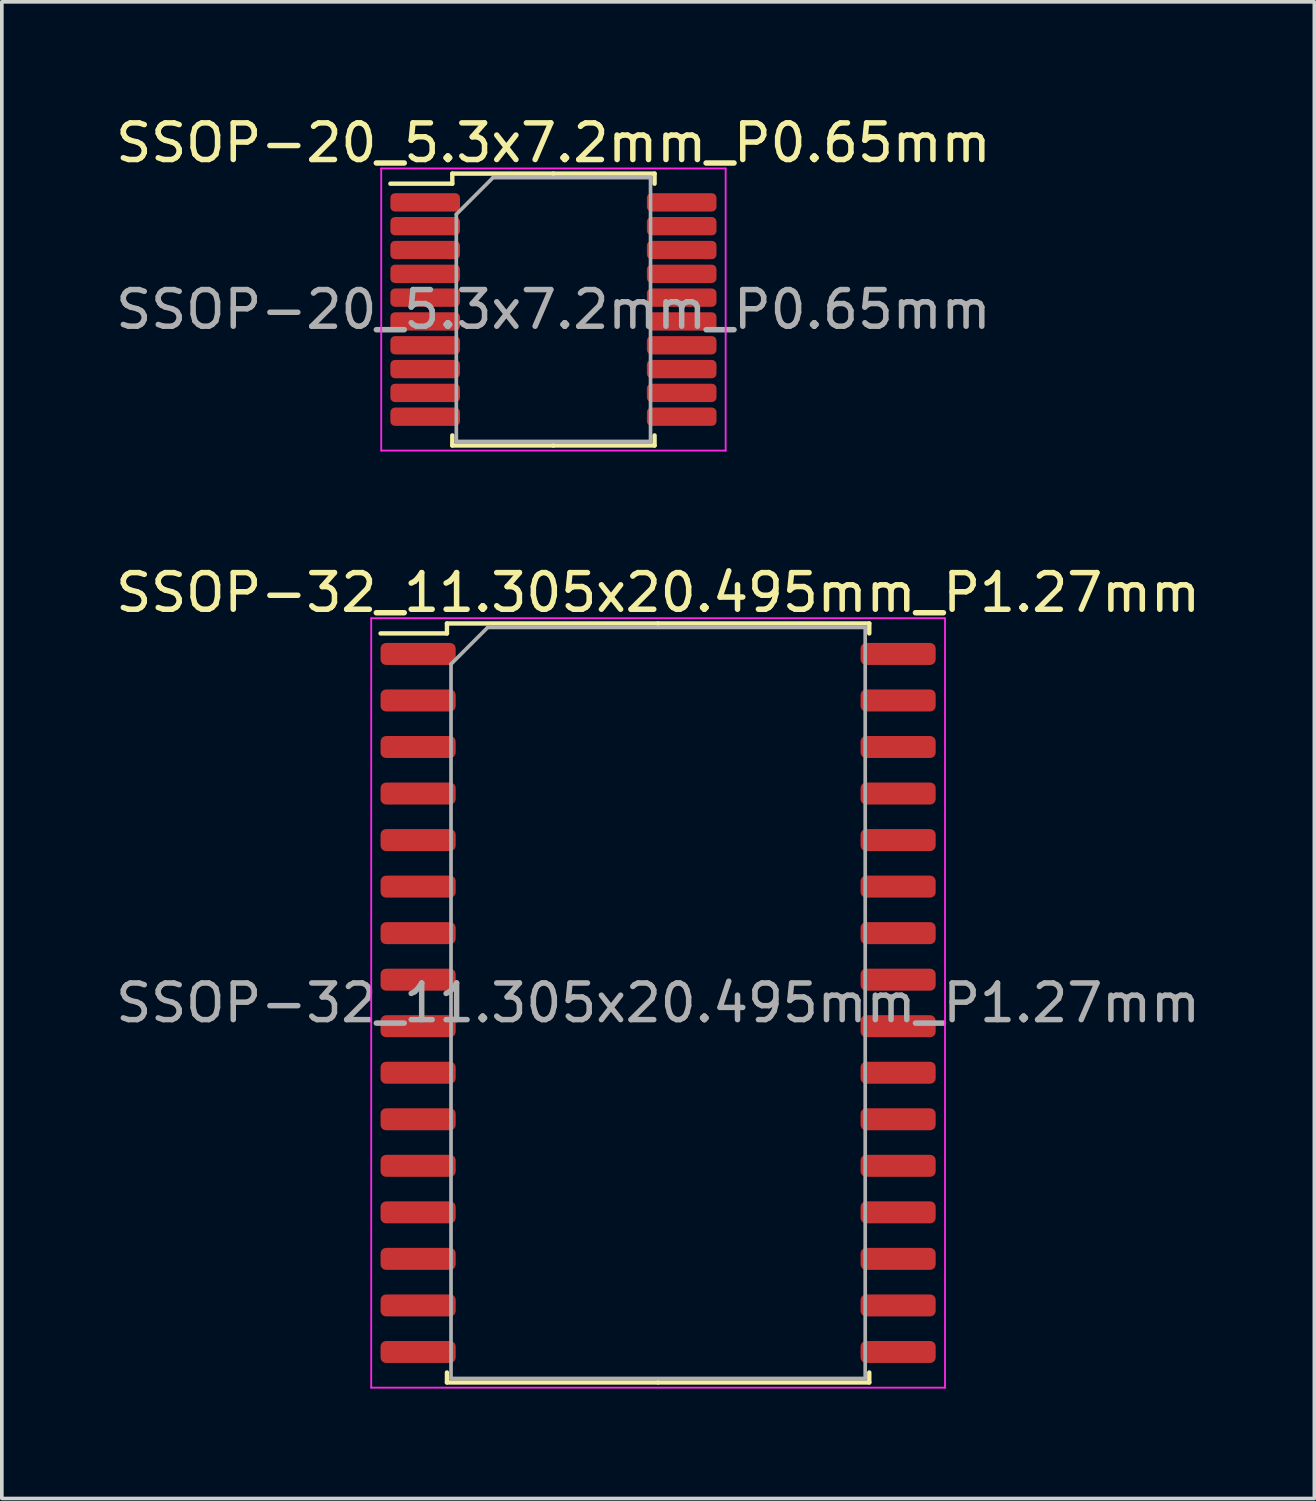
<source format=kicad_pcb>
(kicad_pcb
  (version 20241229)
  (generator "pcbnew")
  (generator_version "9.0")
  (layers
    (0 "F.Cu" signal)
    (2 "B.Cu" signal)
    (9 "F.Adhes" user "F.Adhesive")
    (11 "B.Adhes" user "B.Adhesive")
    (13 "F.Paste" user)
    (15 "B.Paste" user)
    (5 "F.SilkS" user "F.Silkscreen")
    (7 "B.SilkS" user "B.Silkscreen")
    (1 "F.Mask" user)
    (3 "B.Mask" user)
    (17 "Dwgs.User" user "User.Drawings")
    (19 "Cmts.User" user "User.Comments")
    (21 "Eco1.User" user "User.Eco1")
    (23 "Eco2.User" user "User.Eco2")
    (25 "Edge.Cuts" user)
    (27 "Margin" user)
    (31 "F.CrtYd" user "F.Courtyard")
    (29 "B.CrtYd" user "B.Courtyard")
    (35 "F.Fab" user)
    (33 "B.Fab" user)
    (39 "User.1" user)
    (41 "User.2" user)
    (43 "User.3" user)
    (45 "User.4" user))
  (footprint "SSOP-20_5.3x7.2mm_P0.65mm"
    (layer "F.Cu")
    (at 12.054 5.398)
    (property "Reference" "SSOP-20_5.3x7.2mm_P0.65mm" (at 0 -4.55 0) (layer "F.SilkS") (effects (font (size 1 1) (thickness 0.15))))
    (attr smd)
    (fp_line (start -2.76 -3.71) (end -2.76 -3.435) (stroke (width 0.12) (type solid)) (layer "F.SilkS"))
    (fp_line (start -2.76 -3.435) (end -4.45 -3.435) (stroke (width 0.12) (type solid)) (layer "F.SilkS"))
    (fp_line (start -2.76 3.71) (end -2.76 3.435) (stroke (width 0.12) (type solid)) (layer "F.SilkS"))
    (fp_line (start 0 -3.71) (end -2.76 -3.71) (stroke (width 0.12) (type solid)) (layer "F.SilkS"))
    (fp_line (start 0 -3.71) (end 2.76 -3.71) (stroke (width 0.12) (type solid)) (layer "F.SilkS"))
    (fp_line (start 0 3.71) (end -2.76 3.71) (stroke (width 0.12) (type solid)) (layer "F.SilkS"))
    (fp_line (start 0 3.71) (end 2.76 3.71) (stroke (width 0.12) (type solid)) (layer "F.SilkS"))
    (fp_line (start 2.76 -3.71) (end 2.76 -3.435) (stroke (width 0.12) (type solid)) (layer "F.SilkS"))
    (fp_line (start 2.76 3.71) (end 2.76 3.435) (stroke (width 0.12) (type solid)) (layer "F.SilkS"))
    (fp_line (start -4.7 -3.85) (end -4.7 3.85) (stroke (width 0.05) (type solid)) (layer "F.CrtYd"))
    (fp_line (start -4.7 3.85) (end 4.7 3.85) (stroke (width 0.05) (type solid)) (layer "F.CrtYd"))
    (fp_line (start 4.7 -3.85) (end -4.7 -3.85) (stroke (width 0.05) (type solid)) (layer "F.CrtYd"))
    (fp_line (start 4.7 3.85) (end 4.7 -3.85) (stroke (width 0.05) (type solid)) (layer "F.CrtYd"))
    (fp_line (start -2.65 -2.6) (end -1.65 -3.6) (stroke (width 0.1) (type solid)) (layer "F.Fab"))
    (fp_line (start -2.65 3.6) (end -2.65 -2.6) (stroke (width 0.1) (type solid)) (layer "F.Fab"))
    (fp_line (start -1.65 -3.6) (end 2.65 -3.6) (stroke (width 0.1) (type solid)) (layer "F.Fab"))
    (fp_line (start 2.65 -3.6) (end 2.65 3.6) (stroke (width 0.1) (type solid)) (layer "F.Fab"))
    (fp_line (start 2.65 3.6) (end -2.65 3.6) (stroke (width 0.1) (type solid)) (layer "F.Fab"))
    (fp_text user "${REFERENCE}" (at 0 0 0) (layer "F.Fab") (effects (font (size 1 1) (thickness 0.15))))
    (pad "1" smd roundrect (at -3.5 -2.925) (size 1.9 0.5) (layers "F.Cu" "F.Mask" "F.Paste") (roundrect_rratio 0.25))
    (pad "2" smd roundrect (at -3.5 -2.275) (size 1.9 0.5) (layers "F.Cu" "F.Mask" "F.Paste") (roundrect_rratio 0.25))
    (pad "3" smd roundrect (at -3.5 -1.625) (size 1.9 0.5) (layers "F.Cu" "F.Mask" "F.Paste") (roundrect_rratio 0.25))
    (pad "4" smd roundrect (at -3.5 -0.975) (size 1.9 0.5) (layers "F.Cu" "F.Mask" "F.Paste") (roundrect_rratio 0.25))
    (pad "5" smd roundrect (at -3.5 -0.325) (size 1.9 0.5) (layers "F.Cu" "F.Mask" "F.Paste") (roundrect_rratio 0.25))
    (pad "6" smd roundrect (at -3.5 0.325) (size 1.9 0.5) (layers "F.Cu" "F.Mask" "F.Paste") (roundrect_rratio 0.25))
    (pad "7" smd roundrect (at -3.5 0.975) (size 1.9 0.5) (layers "F.Cu" "F.Mask" "F.Paste") (roundrect_rratio 0.25))
    (pad "8" smd roundrect (at -3.5 1.625) (size 1.9 0.5) (layers "F.Cu" "F.Mask" "F.Paste") (roundrect_rratio 0.25))
    (pad "9" smd roundrect (at -3.5 2.275) (size 1.9 0.5) (layers "F.Cu" "F.Mask" "F.Paste") (roundrect_rratio 0.25))
    (pad "10" smd roundrect (at -3.5 2.925) (size 1.9 0.5) (layers "F.Cu" "F.Mask" "F.Paste") (roundrect_rratio 0.25))
    (pad "11" smd roundrect (at 3.5 2.925) (size 1.9 0.5) (layers "F.Cu" "F.Mask" "F.Paste") (roundrect_rratio 0.25))
    (pad "12" smd roundrect (at 3.5 2.275) (size 1.9 0.5) (layers "F.Cu" "F.Mask" "F.Paste") (roundrect_rratio 0.25))
    (pad "13" smd roundrect (at 3.5 1.625) (size 1.9 0.5) (layers "F.Cu" "F.Mask" "F.Paste") (roundrect_rratio 0.25))
    (pad "14" smd roundrect (at 3.5 0.975) (size 1.9 0.5) (layers "F.Cu" "F.Mask" "F.Paste") (roundrect_rratio 0.25))
    (pad "15" smd roundrect (at 3.5 0.325) (size 1.9 0.5) (layers "F.Cu" "F.Mask" "F.Paste") (roundrect_rratio 0.25))
    (pad "16" smd roundrect (at 3.5 -0.325) (size 1.9 0.5) (layers "F.Cu" "F.Mask" "F.Paste") (roundrect_rratio 0.25))
    (pad "17" smd roundrect (at 3.5 -0.975) (size 1.9 0.5) (layers "F.Cu" "F.Mask" "F.Paste") (roundrect_rratio 0.25))
    (pad "18" smd roundrect (at 3.5 -1.625) (size 1.9 0.5) (layers "F.Cu" "F.Mask" "F.Paste") (roundrect_rratio 0.25))
    (pad "19" smd roundrect (at 3.5 -2.275) (size 1.9 0.5) (layers "F.Cu" "F.Mask" "F.Paste") (roundrect_rratio 0.25))
    (pad "20" smd roundrect (at 3.5 -2.925) (size 1.9 0.5) (layers "F.Cu" "F.Mask" "F.Paste") (roundrect_rratio 0.25)))
  (footprint "SSOP-32_11.305x20.495mm_P1.27mm"
    (layer "F.Cu")
    (at 14.911 24.322)
    (property "Reference" "SSOP-32_11.305x20.495mm_P1.27mm" (at 0 -11.2 0) (layer "F.SilkS") (effects (font (size 1 1) (thickness 0.15))))
    (attr smd)
    (fp_line (start -5.763 -10.357) (end -5.763 -10.085) (stroke (width 0.12) (type solid)) (layer "F.SilkS"))
    (fp_line (start -5.763 -10.085) (end -7.575 -10.085) (stroke (width 0.12) (type solid)) (layer "F.SilkS"))
    (fp_line (start -5.763 10.357) (end -5.763 10.085) (stroke (width 0.12) (type solid)) (layer "F.SilkS"))
    (fp_line (start 0 -10.357) (end -5.763 -10.357) (stroke (width 0.12) (type solid)) (layer "F.SilkS"))
    (fp_line (start 0 -10.357) (end 5.763 -10.357) (stroke (width 0.12) (type solid)) (layer "F.SilkS"))
    (fp_line (start 0 10.357) (end -5.763 10.357) (stroke (width 0.12) (type solid)) (layer "F.SilkS"))
    (fp_line (start 0 10.357) (end 5.763 10.357) (stroke (width 0.12) (type solid)) (layer "F.SilkS"))
    (fp_line (start 5.763 -10.357) (end 5.763 -10.085) (stroke (width 0.12) (type solid)) (layer "F.SilkS"))
    (fp_line (start 5.763 10.357) (end 5.763 10.085) (stroke (width 0.12) (type solid)) (layer "F.SilkS"))
    (fp_line (start -7.83 -10.5) (end -7.83 10.5) (stroke (width 0.05) (type solid)) (layer "F.CrtYd"))
    (fp_line (start -7.83 10.5) (end 7.83 10.5) (stroke (width 0.05) (type solid)) (layer "F.CrtYd"))
    (fp_line (start 7.83 -10.5) (end -7.83 -10.5) (stroke (width 0.05) (type solid)) (layer "F.CrtYd"))
    (fp_line (start 7.83 10.5) (end 7.83 -10.5) (stroke (width 0.05) (type solid)) (layer "F.CrtYd"))
    (fp_line (start -5.652 -9.248) (end -4.652 -10.248) (stroke (width 0.1) (type solid)) (layer "F.Fab"))
    (fp_line (start -5.652 10.248) (end -5.652 -9.248) (stroke (width 0.1) (type solid)) (layer "F.Fab"))
    (fp_line (start -4.652 -10.248) (end 5.652 -10.248) (stroke (width 0.1) (type solid)) (layer "F.Fab"))
    (fp_line (start 5.652 -10.248) (end 5.652 10.248) (stroke (width 0.1) (type solid)) (layer "F.Fab"))
    (fp_line (start 5.652 10.248) (end -5.652 10.248) (stroke (width 0.1) (type solid)) (layer "F.Fab"))
    (fp_text user "${REFERENCE}" (at 0 0 0) (layer "F.Fab") (effects (font (size 1 1) (thickness 0.15))))
    (pad "1" smd roundrect (at -6.55 -9.525) (size 2.05 0.6) (layers "F.Cu" "F.Mask" "F.Paste") (roundrect_rratio 0.25))
    (pad "2" smd roundrect (at -6.55 -8.255) (size 2.05 0.6) (layers "F.Cu" "F.Mask" "F.Paste") (roundrect_rratio 0.25))
    (pad "3" smd roundrect (at -6.55 -6.985) (size 2.05 0.6) (layers "F.Cu" "F.Mask" "F.Paste") (roundrect_rratio 0.25))
    (pad "4" smd roundrect (at -6.55 -5.715) (size 2.05 0.6) (layers "F.Cu" "F.Mask" "F.Paste") (roundrect_rratio 0.25))
    (pad "5" smd roundrect (at -6.55 -4.445) (size 2.05 0.6) (layers "F.Cu" "F.Mask" "F.Paste") (roundrect_rratio 0.25))
    (pad "6" smd roundrect (at -6.55 -3.175) (size 2.05 0.6) (layers "F.Cu" "F.Mask" "F.Paste") (roundrect_rratio 0.25))
    (pad "7" smd roundrect (at -6.55 -1.905) (size 2.05 0.6) (layers "F.Cu" "F.Mask" "F.Paste") (roundrect_rratio 0.25))
    (pad "8" smd roundrect (at -6.55 -0.635) (size 2.05 0.6) (layers "F.Cu" "F.Mask" "F.Paste") (roundrect_rratio 0.25))
    (pad "9" smd roundrect (at -6.55 0.635) (size 2.05 0.6) (layers "F.Cu" "F.Mask" "F.Paste") (roundrect_rratio 0.25))
    (pad "10" smd roundrect (at -6.55 1.905) (size 2.05 0.6) (layers "F.Cu" "F.Mask" "F.Paste") (roundrect_rratio 0.25))
    (pad "11" smd roundrect (at -6.55 3.175) (size 2.05 0.6) (layers "F.Cu" "F.Mask" "F.Paste") (roundrect_rratio 0.25))
    (pad "12" smd roundrect (at -6.55 4.445) (size 2.05 0.6) (layers "F.Cu" "F.Mask" "F.Paste") (roundrect_rratio 0.25))
    (pad "13" smd roundrect (at -6.55 5.715) (size 2.05 0.6) (layers "F.Cu" "F.Mask" "F.Paste") (roundrect_rratio 0.25))
    (pad "14" smd roundrect (at -6.55 6.985) (size 2.05 0.6) (layers "F.Cu" "F.Mask" "F.Paste") (roundrect_rratio 0.25))
    (pad "15" smd roundrect (at -6.55 8.255) (size 2.05 0.6) (layers "F.Cu" "F.Mask" "F.Paste") (roundrect_rratio 0.25))
    (pad "16" smd roundrect (at -6.55 9.525) (size 2.05 0.6) (layers "F.Cu" "F.Mask" "F.Paste") (roundrect_rratio 0.25))
    (pad "17" smd roundrect (at 6.55 9.525) (size 2.05 0.6) (layers "F.Cu" "F.Mask" "F.Paste") (roundrect_rratio 0.25))
    (pad "18" smd roundrect (at 6.55 8.255) (size 2.05 0.6) (layers "F.Cu" "F.Mask" "F.Paste") (roundrect_rratio 0.25))
    (pad "19" smd roundrect (at 6.55 6.985) (size 2.05 0.6) (layers "F.Cu" "F.Mask" "F.Paste") (roundrect_rratio 0.25))
    (pad "20" smd roundrect (at 6.55 5.715) (size 2.05 0.6) (layers "F.Cu" "F.Mask" "F.Paste") (roundrect_rratio 0.25))
    (pad "21" smd roundrect (at 6.55 4.445) (size 2.05 0.6) (layers "F.Cu" "F.Mask" "F.Paste") (roundrect_rratio 0.25))
    (pad "22" smd roundrect (at 6.55 3.175) (size 2.05 0.6) (layers "F.Cu" "F.Mask" "F.Paste") (roundrect_rratio 0.25))
    (pad "23" smd roundrect (at 6.55 1.905) (size 2.05 0.6) (layers "F.Cu" "F.Mask" "F.Paste") (roundrect_rratio 0.25))
    (pad "24" smd roundrect (at 6.55 0.635) (size 2.05 0.6) (layers "F.Cu" "F.Mask" "F.Paste") (roundrect_rratio 0.25))
    (pad "25" smd roundrect (at 6.55 -0.635) (size 2.05 0.6) (layers "F.Cu" "F.Mask" "F.Paste") (roundrect_rratio 0.25))
    (pad "26" smd roundrect (at 6.55 -1.905) (size 2.05 0.6) (layers "F.Cu" "F.Mask" "F.Paste") (roundrect_rratio 0.25))
    (pad "27" smd roundrect (at 6.55 -3.175) (size 2.05 0.6) (layers "F.Cu" "F.Mask" "F.Paste") (roundrect_rratio 0.25))
    (pad "28" smd roundrect (at 6.55 -4.445) (size 2.05 0.6) (layers "F.Cu" "F.Mask" "F.Paste") (roundrect_rratio 0.25))
    (pad "29" smd roundrect (at 6.55 -5.715) (size 2.05 0.6) (layers "F.Cu" "F.Mask" "F.Paste") (roundrect_rratio 0.25))
    (pad "30" smd roundrect (at 6.55 -6.985) (size 2.05 0.6) (layers "F.Cu" "F.Mask" "F.Paste") (roundrect_rratio 0.25))
    (pad "31" smd roundrect (at 6.55 -8.255) (size 2.05 0.6) (layers "F.Cu" "F.Mask" "F.Paste") (roundrect_rratio 0.25))
    (pad "32" smd roundrect (at 6.55 -9.525) (size 2.05 0.6) (layers "F.Cu" "F.Mask" "F.Paste") (roundrect_rratio 0.25)))
  (gr_rect
    (start -3 -3)
    (end 32.821 37.846)
    (stroke (width 0.1) (type default))
    (fill no)
    (layer "Edge.Cuts")))
</source>
